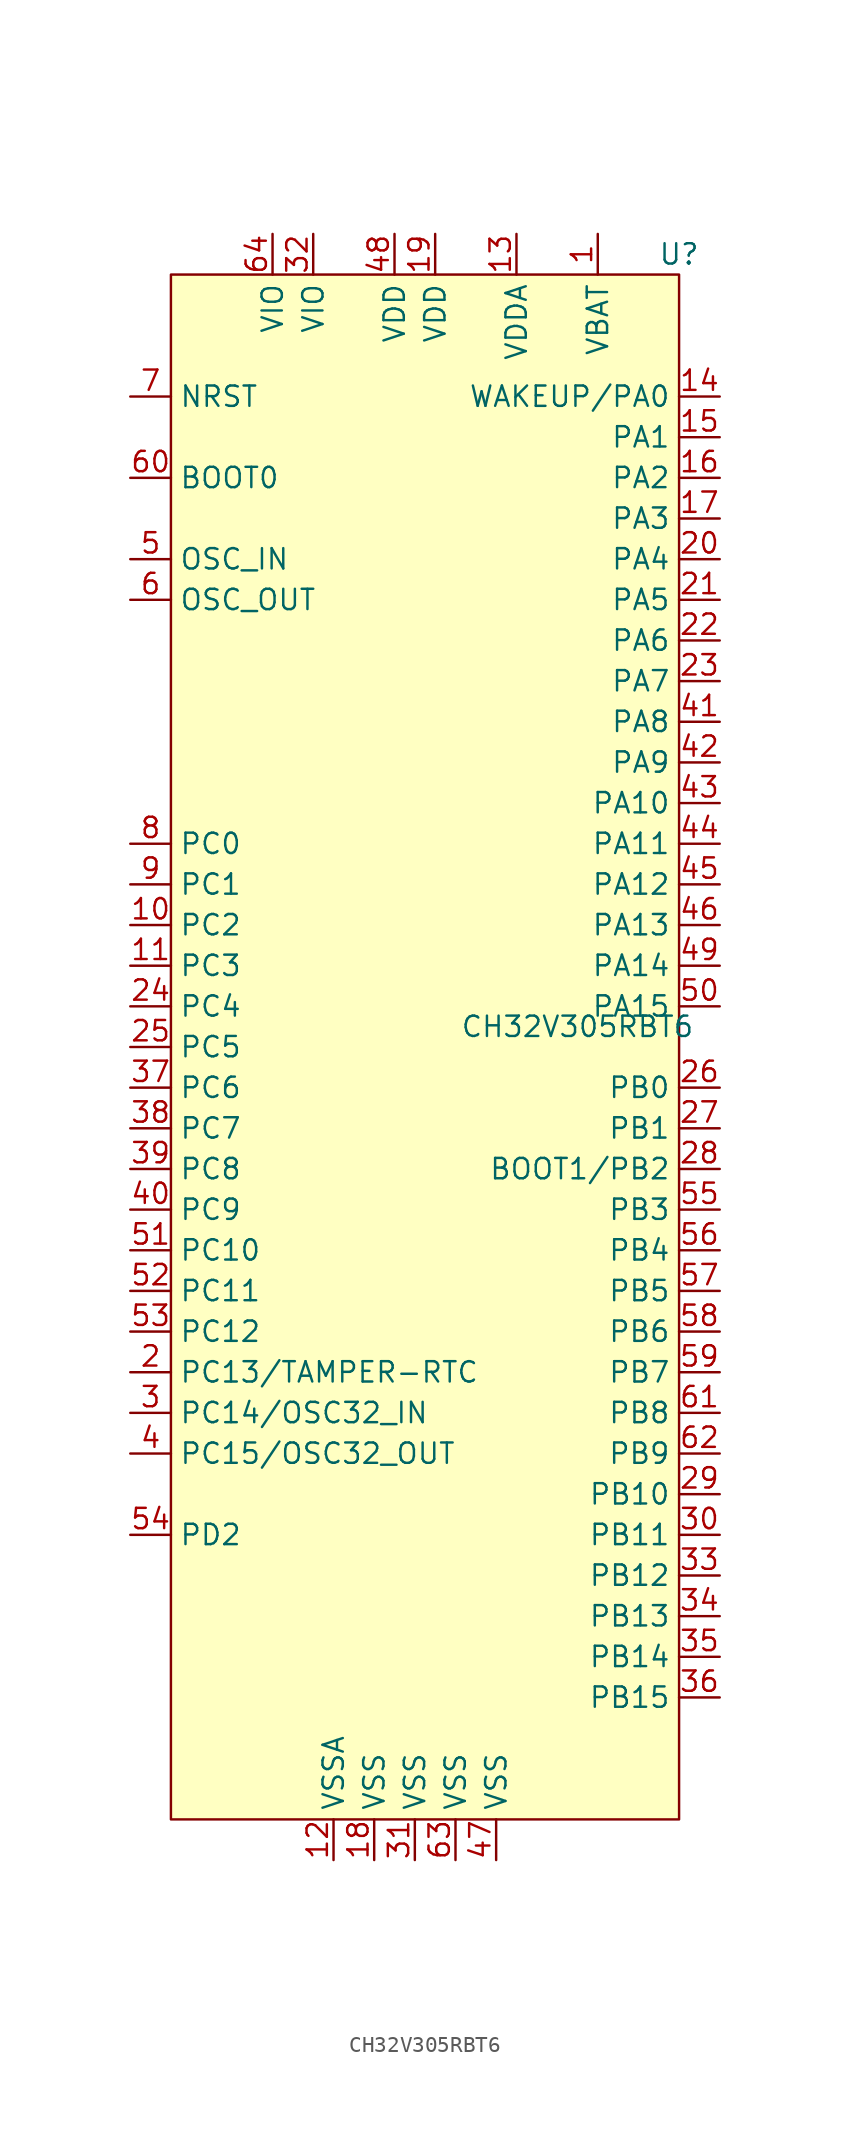
<source format=kicad_sym>
(kicad_symbol_lib
  (version 20220914)
  (generator kicad_symbol_editor)
  (symbol "CH32V305RBT6"
    (property "Reference" "U"
      (at 16.51 48.26 0)
      (effects (font (size 1.27 1.27))))
    (property "Value" "CH32V305RBT6"
      (at 10.16 0 0)
      (effects (font (size 1.27 1.27))))
    (symbol "CH32V305RBT6_0_0"
      (pin power_in line (at 11.43 49.53 270) (length 2.54) (name "VBAT" (effects (font (size 1.27 1.27)))) (number "1" (effects (font (size 1.27 1.27)))))
      (pin bidirectional line (at -17.78 6.35 0) (length 2.54) (name "PC2" (effects (font (size 1.27 1.27)))) (number "10" (effects (font (size 1.27 1.27)))))
      (pin bidirectional line (at -17.78 3.81 0) (length 2.54) (name "PC3" (effects (font (size 1.27 1.27)))) (number "11" (effects (font (size 1.27 1.27)))))
      (pin power_in line (at -5.08 -52.07 90) (length 2.54) (name "VSSA" (effects (font (size 1.27 1.27)))) (number "12" (effects (font (size 1.27 1.27)))))
      (pin power_in line (at 6.35 49.53 270) (length 2.54) (name "VDDA" (effects (font (size 1.27 1.27)))) (number "13" (effects (font (size 1.27 1.27)))))
      (pin bidirectional line (at 19.05 36.83 180) (length 2.54) (name "PA1" (effects (font (size 1.27 1.27)))) (number "15" (effects (font (size 1.27 1.27)))))
      (pin bidirectional line (at 19.05 34.29 180) (length 2.54) (name "PA2" (effects (font (size 1.27 1.27)))) (number "16" (effects (font (size 1.27 1.27)))))
      (pin bidirectional line (at 19.05 31.75 180) (length 2.54) (name "PA3" (effects (font (size 1.27 1.27)))) (number "17" (effects (font (size 1.27 1.27)))))
      (pin power_in line (at -2.54 -52.07 90) (length 2.54) (name "VSS" (effects (font (size 1.27 1.27)))) (number "18" (effects (font (size 1.27 1.27)))))
      (pin power_in line (at 1.27 49.53 270) (length 2.54) (name "VDD" (effects (font (size 1.27 1.27)))) (number "19" (effects (font (size 1.27 1.27)))))
      (pin bidirectional line (at -17.78 -21.59 0) (length 2.54) (name "PC13/TAMPER-RTC" (effects (font (size 1.27 1.27)))) (number "2" (effects (font (size 1.27 1.27)))))
      (pin bidirectional line (at 19.05 29.21 180) (length 2.54) (name "PA4" (effects (font (size 1.27 1.27)))) (number "20" (effects (font (size 1.27 1.27)))))
      (pin bidirectional line (at 19.05 26.67 180) (length 2.54) (name "PA5" (effects (font (size 1.27 1.27)))) (number "21" (effects (font (size 1.27 1.27)))))
      (pin bidirectional line (at 19.05 24.13 180) (length 2.54) (name "PA6" (effects (font (size 1.27 1.27)))) (number "22" (effects (font (size 1.27 1.27)))))
      (pin bidirectional line (at 19.05 21.59 180) (length 2.54) (name "PA7" (effects (font (size 1.27 1.27)))) (number "23" (effects (font (size 1.27 1.27)))))
      (pin bidirectional line (at -17.78 1.27 0) (length 2.54) (name "PC4" (effects (font (size 1.27 1.27)))) (number "24" (effects (font (size 1.27 1.27)))))
      (pin bidirectional line (at -17.78 -1.27 0) (length 2.54) (name "PC5" (effects (font (size 1.27 1.27)))) (number "25" (effects (font (size 1.27 1.27)))))
      (pin bidirectional line (at 19.05 -3.81 180) (length 2.54) (name "PB0" (effects (font (size 1.27 1.27)))) (number "26" (effects (font (size 1.27 1.27)))))
      (pin bidirectional line (at 19.05 -6.35 180) (length 2.54) (name "PB1" (effects (font (size 1.27 1.27)))) (number "27" (effects (font (size 1.27 1.27)))))
      (pin bidirectional line (at 19.05 -29.21 180) (length 2.54) (name "PB10" (effects (font (size 1.27 1.27)))) (number "29" (effects (font (size 1.27 1.27)))))
      (pin bidirectional line (at -17.78 -24.13 0) (length 2.54) (name "PC14/OSC32_IN" (effects (font (size 1.27 1.27)))) (number "3" (effects (font (size 1.27 1.27)))))
      (pin bidirectional line (at 19.05 -31.75 180) (length 2.54) (name "PB11" (effects (font (size 1.27 1.27)))) (number "30" (effects (font (size 1.27 1.27)))))
      (pin power_in line (at 0 -52.07 90) (length 2.54) (name "VSS" (effects (font (size 1.27 1.27)))) (number "31" (effects (font (size 1.27 1.27)))))
      (pin power_in line (at -6.35 49.53 270) (length 2.54) (name "VIO" (effects (font (size 1.27 1.27)))) (number "32" (effects (font (size 1.27 1.27)))))
      (pin bidirectional line (at 19.05 -34.29 180) (length 2.54) (name "PB12" (effects (font (size 1.27 1.27)))) (number "33" (effects (font (size 1.27 1.27)))))
      (pin bidirectional line (at 19.05 -36.83 180) (length 2.54) (name "PB13" (effects (font (size 1.27 1.27)))) (number "34" (effects (font (size 1.27 1.27)))))
      (pin bidirectional line (at 19.05 -39.37 180) (length 2.54) (name "PB14" (effects (font (size 1.27 1.27)))) (number "35" (effects (font (size 1.27 1.27)))))
      (pin bidirectional line (at 19.05 -41.91 180) (length 2.54) (name "PB15" (effects (font (size 1.27 1.27)))) (number "36" (effects (font (size 1.27 1.27)))))
      (pin bidirectional line (at -17.78 -6.35 0) (length 2.54) (name "PC7" (effects (font (size 1.27 1.27)))) (number "38" (effects (font (size 1.27 1.27)))))
      (pin bidirectional line (at -17.78 -8.89 0) (length 2.54) (name "PC8" (effects (font (size 1.27 1.27)))) (number "39" (effects (font (size 1.27 1.27)))))
      (pin bidirectional line (at -17.78 -26.67 0) (length 2.54) (name "PC15/OSC32_OUT" (effects (font (size 1.27 1.27)))) (number "4" (effects (font (size 1.27 1.27)))))
      (pin bidirectional line (at -17.78 -11.43 0) (length 2.54) (name "PC9" (effects (font (size 1.27 1.27)))) (number "40" (effects (font (size 1.27 1.27)))))
      (pin bidirectional line (at 19.05 19.05 180) (length 2.54) (name "PA8" (effects (font (size 1.27 1.27)))) (number "41" (effects (font (size 1.27 1.27)))))
      (pin bidirectional line (at 19.05 16.51 180) (length 2.54) (name "PA9" (effects (font (size 1.27 1.27)))) (number "42" (effects (font (size 1.27 1.27)))))
      (pin bidirectional line (at 19.05 13.97 180) (length 2.54) (name "PA10" (effects (font (size 1.27 1.27)))) (number "43" (effects (font (size 1.27 1.27)))))
      (pin bidirectional line (at 19.05 11.43 180) (length 2.54) (name "PA11" (effects (font (size 1.27 1.27)))) (number "44" (effects (font (size 1.27 1.27)))))
      (pin bidirectional line (at 19.05 8.89 180) (length 2.54) (name "PA12" (effects (font (size 1.27 1.27)))) (number "45" (effects (font (size 1.27 1.27)))))
      (pin bidirectional line (at 19.05 6.35 180) (length 2.54) (name "PA13" (effects (font (size 1.27 1.27)))) (number "46" (effects (font (size 1.27 1.27)))))
      (pin power_in line (at 5.08 -52.07 90) (length 2.54) (name "VSS" (effects (font (size 1.27 1.27)))) (number "47" (effects (font (size 1.27 1.27)))))
      (pin power_in line (at -1.27 49.53 270) (length 2.54) (name "VDD" (effects (font (size 1.27 1.27)))) (number "48" (effects (font (size 1.27 1.27)))))
      (pin bidirectional line (at 19.05 3.81 180) (length 2.54) (name "PA14" (effects (font (size 1.27 1.27)))) (number "49" (effects (font (size 1.27 1.27)))))
      (pin input line (at -17.78 29.21 0) (length 2.54) (name "OSC_IN" (effects (font (size 1.27 1.27)))) (number "5" (effects (font (size 1.27 1.27)))))
      (pin bidirectional line (at 19.05 1.27 180) (length 2.54) (name "PA15" (effects (font (size 1.27 1.27)))) (number "50" (effects (font (size 1.27 1.27)))))
      (pin bidirectional line (at -17.78 -13.97 0) (length 2.54) (name "PC10" (effects (font (size 1.27 1.27)))) (number "51" (effects (font (size 1.27 1.27)))))
      (pin bidirectional line (at -17.78 -16.51 0) (length 2.54) (name "PC11" (effects (font (size 1.27 1.27)))) (number "52" (effects (font (size 1.27 1.27)))))
      (pin bidirectional line (at -17.78 -19.05 0) (length 2.54) (name "PC12" (effects (font (size 1.27 1.27)))) (number "53" (effects (font (size 1.27 1.27)))))
      (pin bidirectional line (at -17.78 -31.75 0) (length 2.54) (name "PD2" (effects (font (size 1.27 1.27)))) (number "54" (effects (font (size 1.27 1.27)))))
      (pin bidirectional line (at 19.05 -11.43 180) (length 2.54) (name "PB3" (effects (font (size 1.27 1.27)))) (number "55" (effects (font (size 1.27 1.27)))))
      (pin bidirectional line (at 19.05 -13.97 180) (length 2.54) (name "PB4" (effects (font (size 1.27 1.27)))) (number "56" (effects (font (size 1.27 1.27)))))
      (pin bidirectional line (at 19.05 -16.51 180) (length 2.54) (name "PB5" (effects (font (size 1.27 1.27)))) (number "57" (effects (font (size 1.27 1.27)))))
      (pin bidirectional line (at 19.05 -19.05 180) (length 2.54) (name "PB6" (effects (font (size 1.27 1.27)))) (number "58" (effects (font (size 1.27 1.27)))))
      (pin bidirectional line (at 19.05 -21.59 180) (length 2.54) (name "PB7" (effects (font (size 1.27 1.27)))) (number "59" (effects (font (size 1.27 1.27)))))
      (pin output line (at -17.78 26.67 0) (length 2.54) (name "OSC_OUT" (effects (font (size 1.27 1.27)))) (number "6" (effects (font (size 1.27 1.27)))))
      (pin bidirectional line (at 19.05 -24.13 180) (length 2.54) (name "PB8" (effects (font (size 1.27 1.27)))) (number "61" (effects (font (size 1.27 1.27)))))
      (pin bidirectional line (at 19.05 -26.67 180) (length 2.54) (name "PB9" (effects (font (size 1.27 1.27)))) (number "62" (effects (font (size 1.27 1.27)))))
      (pin power_in line (at 2.54 -52.07 90) (length 2.54) (name "VSS" (effects (font (size 1.27 1.27)))) (number "63" (effects (font (size 1.27 1.27)))))
      (pin power_in line (at -8.89 49.53 270) (length 2.54) (name "VIO" (effects (font (size 1.27 1.27)))) (number "64" (effects (font (size 1.27 1.27)))))
      (pin input line (at -17.78 39.37 0) (length 2.54) (name "NRST" (effects (font (size 1.27 1.27)))) (number "7" (effects (font (size 1.27 1.27)))))
      (pin bidirectional line (at -17.78 11.43 0) (length 2.54) (name "PC0" (effects (font (size 1.27 1.27)))) (number "8" (effects (font (size 1.27 1.27)))))
      (pin bidirectional line (at -17.78 8.89 0) (length 2.54) (name "PC1" (effects (font (size 1.27 1.27)))) (number "9" (effects (font (size 1.27 1.27))))))
    (symbol "CH32V305RBT6_1_0"
      (pin bidirectional line (at 19.05 39.37 180) (length 2.54) (name "WAKEUP/PA0" (effects (font (size 1.27 1.27)))) (number "14" (effects (font (size 1.27 1.27)))))
      (pin bidirectional line (at 19.05 -8.89 180) (length 2.54) (name "BOOT1/PB2" (effects (font (size 1.27 1.27)))) (number "28" (effects (font (size 1.27 1.27)))))
      (pin bidirectional line (at -17.78 -3.81 0) (length 2.54) (name "PC6" (effects (font (size 1.27 1.27)))) (number "37" (effects (font (size 1.27 1.27)))))
      (pin input line (at -17.78 34.29 0) (length 2.54) (name "BOOT0" (effects (font (size 1.27 1.27)))) (number "60" (effects (font (size 1.27 1.27))))))
    (symbol "CH32V305RBT6_1_1"
      (rectangle (start -15.24 46.99) (end 16.51 -49.53) (stroke (width 0) (type default)) (fill (type background))))))
</source>
